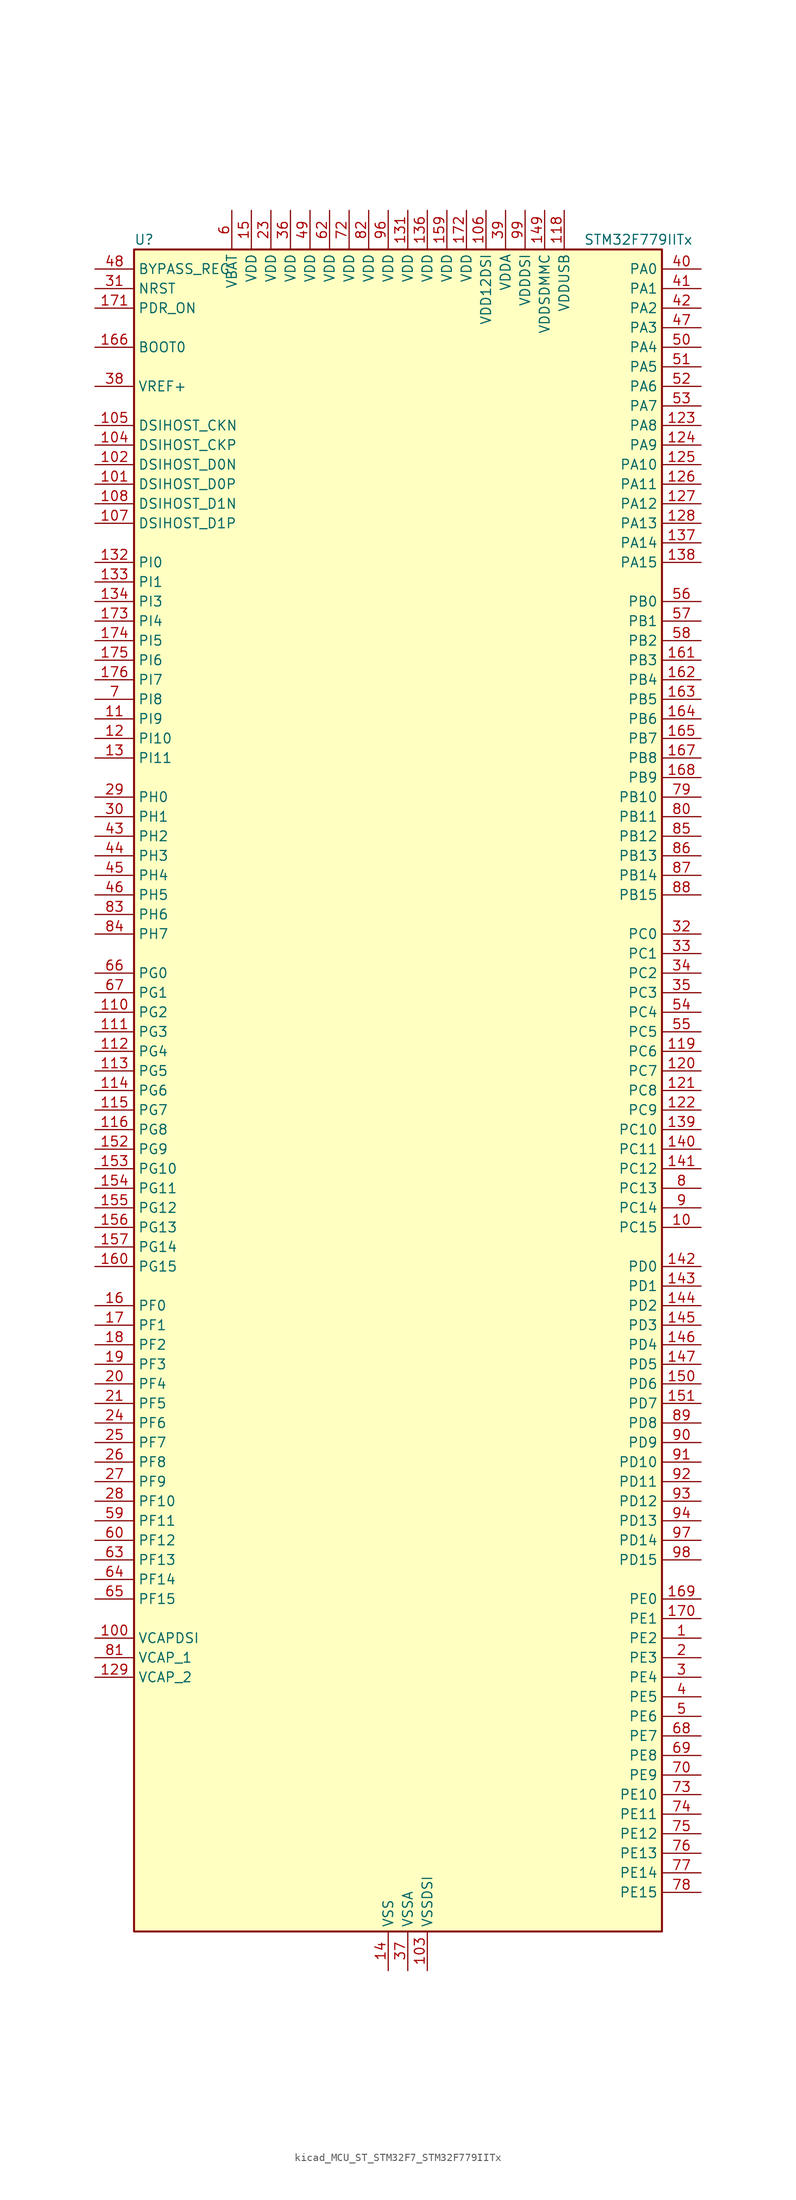
<source format=kicad_sym>
(kicad_symbol_lib
  (version 20220914)
  (generator kicad_symbol_editor)
  (symbol "kicad_MCU_ST_STM32F7_STM32F779IITx"
    (property "Reference" "U"
      (at -33.02 110.49 0)
      (effects (font (size 1.27 1.27)) (justify left)))
    (property "Value" "STM32F779IITx"
      (at 25.4 110.49 0)
      (effects (font (size 1.27 1.27)) (justify left)))
    (property "ki_locked" ""
      (at 0 0 0)
      (effects (font (size 1.27 1.27))))
    (symbol "kicad_MCU_ST_STM32F7_STM32F779IITx_0_1"
      (rectangle (start -33.02 -109.22) (end 35.56 109.22) (stroke (width 0.254) (type default)) (fill (type background))))
    (symbol "kicad_MCU_ST_STM32F7_STM32F779IITx_1_1"
      (pin bidirectional line (at 40.64 -71.12 180) (length 5.08) (name "PE2" (effects (font (size 1.27 1.27)))) (number "1" (effects (font (size 1.27 1.27)))) (alternate "ETH_TXD3" bidirectional line) (alternate "FMC_A23" bidirectional line) (alternate "QUADSPI_BK1_IO2" bidirectional line) (alternate "SAI1_MCLK_A" bidirectional line) (alternate "SPI4_SCK" bidirectional line) (alternate "SYS_TRACECLK" bidirectional line))
      (pin bidirectional line (at 40.64 -17.78 180) (length 5.08) (name "PC15" (effects (font (size 1.27 1.27)))) (number "10" (effects (font (size 1.27 1.27)))) (alternate "RCC_OSC32_OUT" bidirectional line))
      (pin power_out line (at -38.1 -71.12 0) (length 5.08) (name "VCAPDSI" (effects (font (size 1.27 1.27)))) (number "100" (effects (font (size 1.27 1.27)))))
      (pin bidirectional line (at -38.1 78.74 0) (length 5.08) (name "DSIHOST_D0P" (effects (font (size 1.27 1.27)))) (number "101" (effects (font (size 1.27 1.27)))) (alternate "DSIHOST_D0P" bidirectional line))
      (pin bidirectional line (at -38.1 81.28 0) (length 5.08) (name "DSIHOST_D0N" (effects (font (size 1.27 1.27)))) (number "102" (effects (font (size 1.27 1.27)))) (alternate "DSIHOST_D0N" bidirectional line))
      (pin power_in line (at 5.08 -114.3 90) (length 5.08) (name "VSSDSI" (effects (font (size 1.27 1.27)))) (number "103" (effects (font (size 1.27 1.27)))))
      (pin bidirectional line (at -38.1 83.82 0) (length 5.08) (name "DSIHOST_CKP" (effects (font (size 1.27 1.27)))) (number "104" (effects (font (size 1.27 1.27)))) (alternate "DSIHOST_CKP" bidirectional line))
      (pin bidirectional line (at -38.1 86.36 0) (length 5.08) (name "DSIHOST_CKN" (effects (font (size 1.27 1.27)))) (number "105" (effects (font (size 1.27 1.27)))) (alternate "DSIHOST_CKN" bidirectional line))
      (pin power_in line (at 12.7 114.3 270) (length 5.08) (name "VDD12DSI" (effects (font (size 1.27 1.27)))) (number "106" (effects (font (size 1.27 1.27)))))
      (pin bidirectional line (at -38.1 73.66 0) (length 5.08) (name "DSIHOST_D1P" (effects (font (size 1.27 1.27)))) (number "107" (effects (font (size 1.27 1.27)))) (alternate "DSIHOST_D1P" bidirectional line))
      (pin bidirectional line (at -38.1 76.2 0) (length 5.08) (name "DSIHOST_D1N" (effects (font (size 1.27 1.27)))) (number "108" (effects (font (size 1.27 1.27)))) (alternate "DSIHOST_D1N" bidirectional line))
      (pin passive line (at 5.08 -114.3 90) (length 5.08) hide (name "VSSDSI" (effects (font (size 1.27 1.27)))) (number "109" (effects (font (size 1.27 1.27)))))
      (pin bidirectional line (at -38.1 48.26 0) (length 5.08) (name "PI9" (effects (font (size 1.27 1.27)))) (number "11" (effects (font (size 1.27 1.27)))) (alternate "CAN1_RX" bidirectional line) (alternate "DAC_EXTI9" bidirectional line) (alternate "FMC_D30" bidirectional line) (alternate "LTDC_VSYNC" bidirectional line) (alternate "UART4_RX" bidirectional line))
      (pin bidirectional line (at -38.1 10.16 0) (length 5.08) (name "PG2" (effects (font (size 1.27 1.27)))) (number "110" (effects (font (size 1.27 1.27)))) (alternate "FMC_A12" bidirectional line))
      (pin bidirectional line (at -38.1 7.62 0) (length 5.08) (name "PG3" (effects (font (size 1.27 1.27)))) (number "111" (effects (font (size 1.27 1.27)))) (alternate "FMC_A13" bidirectional line))
      (pin bidirectional line (at -38.1 5.08 0) (length 5.08) (name "PG4" (effects (font (size 1.27 1.27)))) (number "112" (effects (font (size 1.27 1.27)))) (alternate "FMC_A14" bidirectional line) (alternate "FMC_BA0" bidirectional line))
      (pin bidirectional line (at -38.1 2.54 0) (length 5.08) (name "PG5" (effects (font (size 1.27 1.27)))) (number "113" (effects (font (size 1.27 1.27)))) (alternate "FMC_A15" bidirectional line) (alternate "FMC_BA1" bidirectional line))
      (pin bidirectional line (at -38.1 0 0) (length 5.08) (name "PG6" (effects (font (size 1.27 1.27)))) (number "114" (effects (font (size 1.27 1.27)))) (alternate "DCMI_D12" bidirectional line) (alternate "FMC_NE3" bidirectional line) (alternate "LTDC_R7" bidirectional line))
      (pin bidirectional line (at -38.1 -2.54 0) (length 5.08) (name "PG7" (effects (font (size 1.27 1.27)))) (number "115" (effects (font (size 1.27 1.27)))) (alternate "DCMI_D13" bidirectional line) (alternate "FMC_INT" bidirectional line) (alternate "LTDC_CLK" bidirectional line) (alternate "SAI1_MCLK_A" bidirectional line) (alternate "USART6_CK" bidirectional line))
      (pin bidirectional line (at -38.1 -5.08 0) (length 5.08) (name "PG8" (effects (font (size 1.27 1.27)))) (number "116" (effects (font (size 1.27 1.27)))) (alternate "ETH_PPS_OUT" bidirectional line) (alternate "FMC_SDCLK" bidirectional line) (alternate "LTDC_G7" bidirectional line) (alternate "SPDIFRX_IN2" bidirectional line) (alternate "SPI6_NSS" bidirectional line) (alternate "USART6_DE" bidirectional line) (alternate "USART6_RTS" bidirectional line))
      (pin passive line (at 0 -114.3 90) (length 5.08) hide (name "VSS" (effects (font (size 1.27 1.27)))) (number "117" (effects (font (size 1.27 1.27)))))
      (pin power_in line (at 22.86 114.3 270) (length 5.08) (name "VDDUSB" (effects (font (size 1.27 1.27)))) (number "118" (effects (font (size 1.27 1.27)))))
      (pin bidirectional line (at 40.64 5.08 180) (length 5.08) (name "PC6" (effects (font (size 1.27 1.27)))) (number "119" (effects (font (size 1.27 1.27)))) (alternate "DCMI_D0" bidirectional line) (alternate "DFSDM1_CKIN3" bidirectional line) (alternate "FMC_NWAIT" bidirectional line) (alternate "I2S2_MCK" bidirectional line) (alternate "LTDC_HSYNC" bidirectional line) (alternate "SDMMC1_D6" bidirectional line) (alternate "SDMMC2_D6" bidirectional line) (alternate "TIM3_CH1" bidirectional line) (alternate "TIM8_CH1" bidirectional line) (alternate "USART6_TX" bidirectional line))
      (pin bidirectional line (at -38.1 45.72 0) (length 5.08) (name "PI10" (effects (font (size 1.27 1.27)))) (number "12" (effects (font (size 1.27 1.27)))) (alternate "ETH_RX_ER" bidirectional line) (alternate "FMC_D31" bidirectional line) (alternate "LTDC_HSYNC" bidirectional line))
      (pin bidirectional line (at 40.64 2.54 180) (length 5.08) (name "PC7" (effects (font (size 1.27 1.27)))) (number "120" (effects (font (size 1.27 1.27)))) (alternate "DCMI_D1" bidirectional line) (alternate "DFSDM1_DATIN3" bidirectional line) (alternate "FMC_NE1" bidirectional line) (alternate "I2S3_MCK" bidirectional line) (alternate "LTDC_G6" bidirectional line) (alternate "SDMMC1_D7" bidirectional line) (alternate "SDMMC2_D7" bidirectional line) (alternate "TIM3_CH2" bidirectional line) (alternate "TIM8_CH2" bidirectional line) (alternate "USART6_RX" bidirectional line))
      (pin bidirectional line (at 40.64 0 180) (length 5.08) (name "PC8" (effects (font (size 1.27 1.27)))) (number "121" (effects (font (size 1.27 1.27)))) (alternate "DCMI_D2" bidirectional line) (alternate "FMC_NCE" bidirectional line) (alternate "FMC_NE2" bidirectional line) (alternate "SDMMC1_D0" bidirectional line) (alternate "SYS_TRACED1" bidirectional line) (alternate "TIM3_CH3" bidirectional line) (alternate "TIM8_CH3" bidirectional line) (alternate "UART5_DE" bidirectional line) (alternate "UART5_RTS" bidirectional line) (alternate "USART6_CK" bidirectional line))
      (pin bidirectional line (at 40.64 -2.54 180) (length 5.08) (name "PC9" (effects (font (size 1.27 1.27)))) (number "122" (effects (font (size 1.27 1.27)))) (alternate "DAC_EXTI9" bidirectional line) (alternate "DCMI_D3" bidirectional line) (alternate "I2C3_SDA" bidirectional line) (alternate "I2S_CKIN" bidirectional line) (alternate "LTDC_B2" bidirectional line) (alternate "LTDC_G3" bidirectional line) (alternate "QUADSPI_BK1_IO0" bidirectional line) (alternate "RCC_MCO_2" bidirectional line) (alternate "SDMMC1_D1" bidirectional line) (alternate "TIM3_CH4" bidirectional line) (alternate "TIM8_CH4" bidirectional line) (alternate "UART5_CTS" bidirectional line))
      (pin bidirectional line (at 40.64 86.36 180) (length 5.08) (name "PA8" (effects (font (size 1.27 1.27)))) (number "123" (effects (font (size 1.27 1.27)))) (alternate "CAN3_RX" bidirectional line) (alternate "I2C3_SCL" bidirectional line) (alternate "LTDC_B3" bidirectional line) (alternate "LTDC_R6" bidirectional line) (alternate "RCC_MCO_1" bidirectional line) (alternate "TIM1_CH1" bidirectional line) (alternate "TIM8_BKIN2" bidirectional line) (alternate "UART7_RX" bidirectional line) (alternate "USART1_CK" bidirectional line) (alternate "USB_OTG_FS_SOF" bidirectional line))
      (pin bidirectional line (at 40.64 83.82 180) (length 5.08) (name "PA9" (effects (font (size 1.27 1.27)))) (number "124" (effects (font (size 1.27 1.27)))) (alternate "DAC_EXTI9" bidirectional line) (alternate "DCMI_D0" bidirectional line) (alternate "I2C3_SMBA" bidirectional line) (alternate "I2S2_CK" bidirectional line) (alternate "LTDC_R5" bidirectional line) (alternate "SPI2_SCK" bidirectional line) (alternate "TIM1_CH2" bidirectional line) (alternate "USART1_TX" bidirectional line) (alternate "USB_OTG_FS_VBUS" bidirectional line))
      (pin bidirectional line (at 40.64 81.28 180) (length 5.08) (name "PA10" (effects (font (size 1.27 1.27)))) (number "125" (effects (font (size 1.27 1.27)))) (alternate "DCMI_D1" bidirectional line) (alternate "LTDC_B1" bidirectional line) (alternate "LTDC_B4" bidirectional line) (alternate "MDIOS_MDIO" bidirectional line) (alternate "TIM1_CH3" bidirectional line) (alternate "USART1_RX" bidirectional line) (alternate "USB_OTG_FS_ID" bidirectional line))
      (pin bidirectional line (at 40.64 78.74 180) (length 5.08) (name "PA11" (effects (font (size 1.27 1.27)))) (number "126" (effects (font (size 1.27 1.27)))) (alternate "ADC1_EXTI11" bidirectional line) (alternate "ADC2_EXTI11" bidirectional line) (alternate "ADC3_EXTI11" bidirectional line) (alternate "CAN1_RX" bidirectional line) (alternate "I2S2_WS" bidirectional line) (alternate "LTDC_R4" bidirectional line) (alternate "SPI2_NSS" bidirectional line) (alternate "TIM1_CH4" bidirectional line) (alternate "UART4_RX" bidirectional line) (alternate "USART1_CTS" bidirectional line) (alternate "USB_OTG_FS_DM" bidirectional line))
      (pin bidirectional line (at 40.64 76.2 180) (length 5.08) (name "PA12" (effects (font (size 1.27 1.27)))) (number "127" (effects (font (size 1.27 1.27)))) (alternate "CAN1_TX" bidirectional line) (alternate "I2S2_CK" bidirectional line) (alternate "LTDC_R5" bidirectional line) (alternate "SAI2_FS_B" bidirectional line) (alternate "SPI2_SCK" bidirectional line) (alternate "TIM1_ETR" bidirectional line) (alternate "UART4_TX" bidirectional line) (alternate "USART1_DE" bidirectional line) (alternate "USART1_RTS" bidirectional line) (alternate "USB_OTG_FS_DP" bidirectional line))
      (pin bidirectional line (at 40.64 73.66 180) (length 5.08) (name "PA13" (effects (font (size 1.27 1.27)))) (number "128" (effects (font (size 1.27 1.27)))) (alternate "SYS_JTMS-SWDIO" bidirectional line))
      (pin power_out line (at -38.1 -76.2 0) (length 5.08) (name "VCAP_2" (effects (font (size 1.27 1.27)))) (number "129" (effects (font (size 1.27 1.27)))))
      (pin bidirectional line (at -38.1 43.18 0) (length 5.08) (name "PI11" (effects (font (size 1.27 1.27)))) (number "13" (effects (font (size 1.27 1.27)))) (alternate "ADC1_EXTI11" bidirectional line) (alternate "ADC2_EXTI11" bidirectional line) (alternate "ADC3_EXTI11" bidirectional line) (alternate "LTDC_G6" bidirectional line) (alternate "SYS_WKUP6" bidirectional line) (alternate "USB_OTG_HS_ULPI_DIR" bidirectional line))
      (pin passive line (at 0 -114.3 90) (length 5.08) hide (name "VSS" (effects (font (size 1.27 1.27)))) (number "130" (effects (font (size 1.27 1.27)))))
      (pin power_in line (at 2.54 114.3 270) (length 5.08) (name "VDD" (effects (font (size 1.27 1.27)))) (number "131" (effects (font (size 1.27 1.27)))))
      (pin bidirectional line (at -38.1 68.58 0) (length 5.08) (name "PI0" (effects (font (size 1.27 1.27)))) (number "132" (effects (font (size 1.27 1.27)))) (alternate "DCMI_D13" bidirectional line) (alternate "FMC_D24" bidirectional line) (alternate "I2S2_WS" bidirectional line) (alternate "LTDC_G5" bidirectional line) (alternate "SPI2_NSS" bidirectional line) (alternate "TIM5_CH4" bidirectional line))
      (pin bidirectional line (at -38.1 66.04 0) (length 5.08) (name "PI1" (effects (font (size 1.27 1.27)))) (number "133" (effects (font (size 1.27 1.27)))) (alternate "DCMI_D8" bidirectional line) (alternate "FMC_D25" bidirectional line) (alternate "I2S2_CK" bidirectional line) (alternate "LTDC_G6" bidirectional line) (alternate "SPI2_SCK" bidirectional line) (alternate "TIM8_BKIN2" bidirectional line))
      (pin bidirectional line (at -38.1 63.5 0) (length 5.08) (name "PI3" (effects (font (size 1.27 1.27)))) (number "134" (effects (font (size 1.27 1.27)))) (alternate "DCMI_D10" bidirectional line) (alternate "FMC_D27" bidirectional line) (alternate "I2S2_SD" bidirectional line) (alternate "SPI2_MOSI" bidirectional line) (alternate "TIM8_ETR" bidirectional line))
      (pin passive line (at 0 -114.3 90) (length 5.08) hide (name "VSS" (effects (font (size 1.27 1.27)))) (number "135" (effects (font (size 1.27 1.27)))))
      (pin power_in line (at 5.08 114.3 270) (length 5.08) (name "VDD" (effects (font (size 1.27 1.27)))) (number "136" (effects (font (size 1.27 1.27)))))
      (pin bidirectional line (at 40.64 71.12 180) (length 5.08) (name "PA14" (effects (font (size 1.27 1.27)))) (number "137" (effects (font (size 1.27 1.27)))) (alternate "SYS_JTCK-SWCLK" bidirectional line))
      (pin bidirectional line (at 40.64 68.58 180) (length 5.08) (name "PA15" (effects (font (size 1.27 1.27)))) (number "138" (effects (font (size 1.27 1.27)))) (alternate "CAN3_TX" bidirectional line) (alternate "CEC" bidirectional line) (alternate "I2S1_WS" bidirectional line) (alternate "I2S3_WS" bidirectional line) (alternate "SPI1_NSS" bidirectional line) (alternate "SPI3_NSS" bidirectional line) (alternate "SPI6_NSS" bidirectional line) (alternate "SYS_JTDI" bidirectional line) (alternate "TIM2_CH1" bidirectional line) (alternate "TIM2_ETR" bidirectional line) (alternate "UART4_DE" bidirectional line) (alternate "UART4_RTS" bidirectional line) (alternate "UART7_TX" bidirectional line))
      (pin bidirectional line (at 40.64 -5.08 180) (length 5.08) (name "PC10" (effects (font (size 1.27 1.27)))) (number "139" (effects (font (size 1.27 1.27)))) (alternate "DCMI_D8" bidirectional line) (alternate "DFSDM1_CKIN5" bidirectional line) (alternate "I2S3_CK" bidirectional line) (alternate "LTDC_R2" bidirectional line) (alternate "QUADSPI_BK1_IO1" bidirectional line) (alternate "SDMMC1_D2" bidirectional line) (alternate "SPI3_SCK" bidirectional line) (alternate "UART4_TX" bidirectional line) (alternate "USART3_TX" bidirectional line))
      (pin power_in line (at 0 -114.3 90) (length 5.08) (name "VSS" (effects (font (size 1.27 1.27)))) (number "14" (effects (font (size 1.27 1.27)))))
      (pin bidirectional line (at 40.64 -7.62 180) (length 5.08) (name "PC11" (effects (font (size 1.27 1.27)))) (number "140" (effects (font (size 1.27 1.27)))) (alternate "ADC1_EXTI11" bidirectional line) (alternate "ADC2_EXTI11" bidirectional line) (alternate "ADC3_EXTI11" bidirectional line) (alternate "DCMI_D4" bidirectional line) (alternate "DFSDM1_DATIN5" bidirectional line) (alternate "QUADSPI_BK2_NCS" bidirectional line) (alternate "SDMMC1_D3" bidirectional line) (alternate "SPI3_MISO" bidirectional line) (alternate "UART4_RX" bidirectional line) (alternate "USART3_RX" bidirectional line))
      (pin bidirectional line (at 40.64 -10.16 180) (length 5.08) (name "PC12" (effects (font (size 1.27 1.27)))) (number "141" (effects (font (size 1.27 1.27)))) (alternate "DCMI_D9" bidirectional line) (alternate "I2S3_SD" bidirectional line) (alternate "SDMMC1_CK" bidirectional line) (alternate "SPI3_MOSI" bidirectional line) (alternate "SYS_TRACED3" bidirectional line) (alternate "UART5_TX" bidirectional line) (alternate "USART3_CK" bidirectional line))
      (pin bidirectional line (at 40.64 -22.86 180) (length 5.08) (name "PD0" (effects (font (size 1.27 1.27)))) (number "142" (effects (font (size 1.27 1.27)))) (alternate "CAN1_RX" bidirectional line) (alternate "DFSDM1_CKIN6" bidirectional line) (alternate "DFSDM1_DATIN7" bidirectional line) (alternate "FMC_D2" bidirectional line) (alternate "FMC_DA2" bidirectional line) (alternate "UART4_RX" bidirectional line))
      (pin bidirectional line (at 40.64 -25.4 180) (length 5.08) (name "PD1" (effects (font (size 1.27 1.27)))) (number "143" (effects (font (size 1.27 1.27)))) (alternate "CAN1_TX" bidirectional line) (alternate "DFSDM1_CKIN7" bidirectional line) (alternate "DFSDM1_DATIN6" bidirectional line) (alternate "FMC_D3" bidirectional line) (alternate "FMC_DA3" bidirectional line) (alternate "UART4_TX" bidirectional line))
      (pin bidirectional line (at 40.64 -27.94 180) (length 5.08) (name "PD2" (effects (font (size 1.27 1.27)))) (number "144" (effects (font (size 1.27 1.27)))) (alternate "DCMI_D11" bidirectional line) (alternate "SDMMC1_CMD" bidirectional line) (alternate "SYS_TRACED2" bidirectional line) (alternate "TIM3_ETR" bidirectional line) (alternate "UART5_RX" bidirectional line))
      (pin bidirectional line (at 40.64 -30.48 180) (length 5.08) (name "PD3" (effects (font (size 1.27 1.27)))) (number "145" (effects (font (size 1.27 1.27)))) (alternate "DCMI_D5" bidirectional line) (alternate "DFSDM1_CKOUT" bidirectional line) (alternate "DFSDM1_DATIN0" bidirectional line) (alternate "FMC_CLK" bidirectional line) (alternate "I2S2_CK" bidirectional line) (alternate "LTDC_G7" bidirectional line) (alternate "SPI2_SCK" bidirectional line) (alternate "USART2_CTS" bidirectional line))
      (pin bidirectional line (at 40.64 -33.02 180) (length 5.08) (name "PD4" (effects (font (size 1.27 1.27)))) (number "146" (effects (font (size 1.27 1.27)))) (alternate "DFSDM1_CKIN0" bidirectional line) (alternate "FMC_NOE" bidirectional line) (alternate "USART2_DE" bidirectional line) (alternate "USART2_RTS" bidirectional line))
      (pin bidirectional line (at 40.64 -35.56 180) (length 5.08) (name "PD5" (effects (font (size 1.27 1.27)))) (number "147" (effects (font (size 1.27 1.27)))) (alternate "FMC_NWE" bidirectional line) (alternate "USART2_TX" bidirectional line))
      (pin passive line (at 0 -114.3 90) (length 5.08) hide (name "VSS" (effects (font (size 1.27 1.27)))) (number "148" (effects (font (size 1.27 1.27)))))
      (pin power_in line (at 20.32 114.3 270) (length 5.08) (name "VDDSDMMC" (effects (font (size 1.27 1.27)))) (number "149" (effects (font (size 1.27 1.27)))))
      (pin power_in line (at -17.78 114.3 270) (length 5.08) (name "VDD" (effects (font (size 1.27 1.27)))) (number "15" (effects (font (size 1.27 1.27)))))
      (pin bidirectional line (at 40.64 -38.1 180) (length 5.08) (name "PD6" (effects (font (size 1.27 1.27)))) (number "150" (effects (font (size 1.27 1.27)))) (alternate "DCMI_D10" bidirectional line) (alternate "DFSDM1_CKIN4" bidirectional line) (alternate "DFSDM1_DATIN1" bidirectional line) (alternate "FMC_NWAIT" bidirectional line) (alternate "I2S3_SD" bidirectional line) (alternate "LTDC_B2" bidirectional line) (alternate "SAI1_SD_A" bidirectional line) (alternate "SDMMC2_CK" bidirectional line) (alternate "SPI3_MOSI" bidirectional line) (alternate "USART2_RX" bidirectional line))
      (pin bidirectional line (at 40.64 -40.64 180) (length 5.08) (name "PD7" (effects (font (size 1.27 1.27)))) (number "151" (effects (font (size 1.27 1.27)))) (alternate "DFSDM1_CKIN1" bidirectional line) (alternate "DFSDM1_DATIN4" bidirectional line) (alternate "FMC_NE1" bidirectional line) (alternate "I2S1_SD" bidirectional line) (alternate "SDMMC2_CMD" bidirectional line) (alternate "SPDIFRX_IN0" bidirectional line) (alternate "SPI1_MOSI" bidirectional line) (alternate "USART2_CK" bidirectional line))
      (pin bidirectional line (at -38.1 -7.62 0) (length 5.08) (name "PG9" (effects (font (size 1.27 1.27)))) (number "152" (effects (font (size 1.27 1.27)))) (alternate "DAC_EXTI9" bidirectional line) (alternate "DCMI_VSYNC" bidirectional line) (alternate "FMC_NCE" bidirectional line) (alternate "FMC_NE2" bidirectional line) (alternate "QUADSPI_BK2_IO2" bidirectional line) (alternate "SAI2_FS_B" bidirectional line) (alternate "SDMMC2_D0" bidirectional line) (alternate "SPDIFRX_IN3" bidirectional line) (alternate "SPI1_MISO" bidirectional line) (alternate "USART6_RX" bidirectional line))
      (pin bidirectional line (at -38.1 -10.16 0) (length 5.08) (name "PG10" (effects (font (size 1.27 1.27)))) (number "153" (effects (font (size 1.27 1.27)))) (alternate "DCMI_D2" bidirectional line) (alternate "FMC_NE3" bidirectional line) (alternate "I2S1_WS" bidirectional line) (alternate "LTDC_B2" bidirectional line) (alternate "LTDC_G3" bidirectional line) (alternate "SAI2_SD_B" bidirectional line) (alternate "SDMMC2_D1" bidirectional line) (alternate "SPI1_NSS" bidirectional line))
      (pin bidirectional line (at -38.1 -12.7 0) (length 5.08) (name "PG11" (effects (font (size 1.27 1.27)))) (number "154" (effects (font (size 1.27 1.27)))) (alternate "ADC1_EXTI11" bidirectional line) (alternate "ADC2_EXTI11" bidirectional line) (alternate "ADC3_EXTI11" bidirectional line) (alternate "DCMI_D3" bidirectional line) (alternate "ETH_TX_EN" bidirectional line) (alternate "I2S1_CK" bidirectional line) (alternate "LTDC_B3" bidirectional line) (alternate "SDMMC2_D2" bidirectional line) (alternate "SPDIFRX_IN0" bidirectional line) (alternate "SPI1_SCK" bidirectional line))
      (pin bidirectional line (at -38.1 -15.24 0) (length 5.08) (name "PG12" (effects (font (size 1.27 1.27)))) (number "155" (effects (font (size 1.27 1.27)))) (alternate "FMC_NE4" bidirectional line) (alternate "LPTIM1_IN1" bidirectional line) (alternate "LTDC_B1" bidirectional line) (alternate "LTDC_B4" bidirectional line) (alternate "SDMMC2_D3" bidirectional line) (alternate "SPDIFRX_IN1" bidirectional line) (alternate "SPI6_MISO" bidirectional line) (alternate "USART6_DE" bidirectional line) (alternate "USART6_RTS" bidirectional line))
      (pin bidirectional line (at -38.1 -17.78 0) (length 5.08) (name "PG13" (effects (font (size 1.27 1.27)))) (number "156" (effects (font (size 1.27 1.27)))) (alternate "ETH_TXD0" bidirectional line) (alternate "FMC_A24" bidirectional line) (alternate "LPTIM1_OUT" bidirectional line) (alternate "LTDC_R0" bidirectional line) (alternate "SPI6_SCK" bidirectional line) (alternate "SYS_TRACED0" bidirectional line) (alternate "USART6_CTS" bidirectional line))
      (pin bidirectional line (at -38.1 -20.32 0) (length 5.08) (name "PG14" (effects (font (size 1.27 1.27)))) (number "157" (effects (font (size 1.27 1.27)))) (alternate "ETH_TXD1" bidirectional line) (alternate "FMC_A25" bidirectional line) (alternate "LPTIM1_ETR" bidirectional line) (alternate "LTDC_B0" bidirectional line) (alternate "QUADSPI_BK2_IO3" bidirectional line) (alternate "SPI6_MOSI" bidirectional line) (alternate "SYS_TRACED1" bidirectional line) (alternate "USART6_TX" bidirectional line))
      (pin passive line (at 0 -114.3 90) (length 5.08) hide (name "VSS" (effects (font (size 1.27 1.27)))) (number "158" (effects (font (size 1.27 1.27)))))
      (pin power_in line (at 7.62 114.3 270) (length 5.08) (name "VDD" (effects (font (size 1.27 1.27)))) (number "159" (effects (font (size 1.27 1.27)))))
      (pin bidirectional line (at -38.1 -27.94 0) (length 5.08) (name "PF0" (effects (font (size 1.27 1.27)))) (number "16" (effects (font (size 1.27 1.27)))) (alternate "FMC_A0" bidirectional line) (alternate "I2C2_SDA" bidirectional line))
      (pin bidirectional line (at -38.1 -22.86 0) (length 5.08) (name "PG15" (effects (font (size 1.27 1.27)))) (number "160" (effects (font (size 1.27 1.27)))) (alternate "DCMI_D13" bidirectional line) (alternate "FMC_SDNCAS" bidirectional line) (alternate "USART6_CTS" bidirectional line))
      (pin bidirectional line (at 40.64 55.88 180) (length 5.08) (name "PB3" (effects (font (size 1.27 1.27)))) (number "161" (effects (font (size 1.27 1.27)))) (alternate "CAN3_RX" bidirectional line) (alternate "I2S1_CK" bidirectional line) (alternate "I2S3_CK" bidirectional line) (alternate "SDMMC2_D2" bidirectional line) (alternate "SPI1_SCK" bidirectional line) (alternate "SPI3_SCK" bidirectional line) (alternate "SPI6_SCK" bidirectional line) (alternate "SYS_JTDO-SWO" bidirectional line) (alternate "TIM2_CH2" bidirectional line) (alternate "UART7_RX" bidirectional line))
      (pin bidirectional line (at 40.64 53.34 180) (length 5.08) (name "PB4" (effects (font (size 1.27 1.27)))) (number "162" (effects (font (size 1.27 1.27)))) (alternate "CAN3_TX" bidirectional line) (alternate "I2S2_WS" bidirectional line) (alternate "SDMMC2_D3" bidirectional line) (alternate "SPI1_MISO" bidirectional line) (alternate "SPI2_NSS" bidirectional line) (alternate "SPI3_MISO" bidirectional line) (alternate "SPI6_MISO" bidirectional line) (alternate "SYS_JTRST" bidirectional line) (alternate "TIM3_CH1" bidirectional line) (alternate "UART7_TX" bidirectional line))
      (pin bidirectional line (at 40.64 50.8 180) (length 5.08) (name "PB5" (effects (font (size 1.27 1.27)))) (number "163" (effects (font (size 1.27 1.27)))) (alternate "CAN2_RX" bidirectional line) (alternate "DCMI_D10" bidirectional line) (alternate "ETH_PPS_OUT" bidirectional line) (alternate "FMC_SDCKE1" bidirectional line) (alternate "I2C1_SMBA" bidirectional line) (alternate "I2S1_SD" bidirectional line) (alternate "I2S3_SD" bidirectional line) (alternate "LTDC_G7" bidirectional line) (alternate "SPI1_MOSI" bidirectional line) (alternate "SPI3_MOSI" bidirectional line) (alternate "SPI6_MOSI" bidirectional line) (alternate "TIM3_CH2" bidirectional line) (alternate "UART5_RX" bidirectional line) (alternate "USB_OTG_HS_ULPI_D7" bidirectional line))
      (pin bidirectional line (at 40.64 48.26 180) (length 5.08) (name "PB6" (effects (font (size 1.27 1.27)))) (number "164" (effects (font (size 1.27 1.27)))) (alternate "CAN2_TX" bidirectional line) (alternate "CEC" bidirectional line) (alternate "DCMI_D5" bidirectional line) (alternate "DFSDM1_DATIN5" bidirectional line) (alternate "FMC_SDNE1" bidirectional line) (alternate "I2C1_SCL" bidirectional line) (alternate "I2C4_SCL" bidirectional line) (alternate "QUADSPI_BK1_NCS" bidirectional line) (alternate "TIM4_CH1" bidirectional line) (alternate "UART5_TX" bidirectional line) (alternate "USART1_TX" bidirectional line))
      (pin bidirectional line (at 40.64 45.72 180) (length 5.08) (name "PB7" (effects (font (size 1.27 1.27)))) (number "165" (effects (font (size 1.27 1.27)))) (alternate "DCMI_VSYNC" bidirectional line) (alternate "DFSDM1_CKIN5" bidirectional line) (alternate "FMC_NL" bidirectional line) (alternate "I2C1_SDA" bidirectional line) (alternate "I2C4_SDA" bidirectional line) (alternate "TIM4_CH2" bidirectional line) (alternate "USART1_RX" bidirectional line))
      (pin input line (at -38.1 96.52 0) (length 5.08) (name "BOOT0" (effects (font (size 1.27 1.27)))) (number "166" (effects (font (size 1.27 1.27)))))
      (pin bidirectional line (at 40.64 43.18 180) (length 5.08) (name "PB8" (effects (font (size 1.27 1.27)))) (number "167" (effects (font (size 1.27 1.27)))) (alternate "CAN1_RX" bidirectional line) (alternate "DCMI_D6" bidirectional line) (alternate "DFSDM1_CKIN7" bidirectional line) (alternate "ETH_TXD3" bidirectional line) (alternate "I2C1_SCL" bidirectional line) (alternate "I2C4_SCL" bidirectional line) (alternate "LTDC_B6" bidirectional line) (alternate "SDMMC1_D4" bidirectional line) (alternate "SDMMC2_D4" bidirectional line) (alternate "TIM10_CH1" bidirectional line) (alternate "TIM4_CH3" bidirectional line) (alternate "UART5_RX" bidirectional line))
      (pin bidirectional line (at 40.64 40.64 180) (length 5.08) (name "PB9" (effects (font (size 1.27 1.27)))) (number "168" (effects (font (size 1.27 1.27)))) (alternate "CAN1_TX" bidirectional line) (alternate "DAC_EXTI9" bidirectional line) (alternate "DCMI_D7" bidirectional line) (alternate "DFSDM1_DATIN7" bidirectional line) (alternate "I2C1_SDA" bidirectional line) (alternate "I2C4_SDA" bidirectional line) (alternate "I2C4_SMBA" bidirectional line) (alternate "I2S2_WS" bidirectional line) (alternate "LTDC_B7" bidirectional line) (alternate "SDMMC1_D5" bidirectional line) (alternate "SDMMC2_D5" bidirectional line) (alternate "SPI2_NSS" bidirectional line) (alternate "TIM11_CH1" bidirectional line) (alternate "TIM4_CH4" bidirectional line) (alternate "UART5_TX" bidirectional line))
      (pin bidirectional line (at 40.64 -66.04 180) (length 5.08) (name "PE0" (effects (font (size 1.27 1.27)))) (number "169" (effects (font (size 1.27 1.27)))) (alternate "DCMI_D2" bidirectional line) (alternate "FMC_NBL0" bidirectional line) (alternate "LPTIM1_ETR" bidirectional line) (alternate "SAI2_MCLK_A" bidirectional line) (alternate "TIM4_ETR" bidirectional line) (alternate "UART8_RX" bidirectional line))
      (pin bidirectional line (at -38.1 -30.48 0) (length 5.08) (name "PF1" (effects (font (size 1.27 1.27)))) (number "17" (effects (font (size 1.27 1.27)))) (alternate "FMC_A1" bidirectional line) (alternate "I2C2_SCL" bidirectional line))
      (pin bidirectional line (at 40.64 -68.58 180) (length 5.08) (name "PE1" (effects (font (size 1.27 1.27)))) (number "170" (effects (font (size 1.27 1.27)))) (alternate "DCMI_D3" bidirectional line) (alternate "FMC_NBL1" bidirectional line) (alternate "LPTIM1_IN2" bidirectional line) (alternate "UART8_TX" bidirectional line))
      (pin input line (at -38.1 101.6 0) (length 5.08) (name "PDR_ON" (effects (font (size 1.27 1.27)))) (number "171" (effects (font (size 1.27 1.27)))))
      (pin power_in line (at 10.16 114.3 270) (length 5.08) (name "VDD" (effects (font (size 1.27 1.27)))) (number "172" (effects (font (size 1.27 1.27)))))
      (pin bidirectional line (at -38.1 60.96 0) (length 5.08) (name "PI4" (effects (font (size 1.27 1.27)))) (number "173" (effects (font (size 1.27 1.27)))) (alternate "DCMI_D5" bidirectional line) (alternate "FMC_NBL2" bidirectional line) (alternate "LTDC_B4" bidirectional line) (alternate "SAI2_MCLK_A" bidirectional line) (alternate "TIM8_BKIN" bidirectional line))
      (pin bidirectional line (at -38.1 58.42 0) (length 5.08) (name "PI5" (effects (font (size 1.27 1.27)))) (number "174" (effects (font (size 1.27 1.27)))) (alternate "DCMI_VSYNC" bidirectional line) (alternate "FMC_NBL3" bidirectional line) (alternate "LTDC_B5" bidirectional line) (alternate "SAI2_SCK_A" bidirectional line) (alternate "TIM8_CH1" bidirectional line))
      (pin bidirectional line (at -38.1 55.88 0) (length 5.08) (name "PI6" (effects (font (size 1.27 1.27)))) (number "175" (effects (font (size 1.27 1.27)))) (alternate "DCMI_D6" bidirectional line) (alternate "FMC_D28" bidirectional line) (alternate "LTDC_B6" bidirectional line) (alternate "SAI2_SD_A" bidirectional line) (alternate "TIM8_CH2" bidirectional line))
      (pin bidirectional line (at -38.1 53.34 0) (length 5.08) (name "PI7" (effects (font (size 1.27 1.27)))) (number "176" (effects (font (size 1.27 1.27)))) (alternate "DCMI_D7" bidirectional line) (alternate "FMC_D29" bidirectional line) (alternate "LTDC_B7" bidirectional line) (alternate "SAI2_FS_A" bidirectional line) (alternate "TIM8_CH3" bidirectional line))
      (pin bidirectional line (at -38.1 -33.02 0) (length 5.08) (name "PF2" (effects (font (size 1.27 1.27)))) (number "18" (effects (font (size 1.27 1.27)))) (alternate "FMC_A2" bidirectional line) (alternate "I2C2_SMBA" bidirectional line))
      (pin bidirectional line (at -38.1 -35.56 0) (length 5.08) (name "PF3" (effects (font (size 1.27 1.27)))) (number "19" (effects (font (size 1.27 1.27)))) (alternate "ADC3_IN9" bidirectional line) (alternate "FMC_A3" bidirectional line))
      (pin bidirectional line (at 40.64 -73.66 180) (length 5.08) (name "PE3" (effects (font (size 1.27 1.27)))) (number "2" (effects (font (size 1.27 1.27)))) (alternate "FMC_A19" bidirectional line) (alternate "SAI1_SD_B" bidirectional line) (alternate "SYS_TRACED0" bidirectional line))
      (pin bidirectional line (at -38.1 -38.1 0) (length 5.08) (name "PF4" (effects (font (size 1.27 1.27)))) (number "20" (effects (font (size 1.27 1.27)))) (alternate "ADC3_IN14" bidirectional line) (alternate "FMC_A4" bidirectional line))
      (pin bidirectional line (at -38.1 -40.64 0) (length 5.08) (name "PF5" (effects (font (size 1.27 1.27)))) (number "21" (effects (font (size 1.27 1.27)))) (alternate "ADC3_IN15" bidirectional line) (alternate "FMC_A5" bidirectional line))
      (pin passive line (at 0 -114.3 90) (length 5.08) hide (name "VSS" (effects (font (size 1.27 1.27)))) (number "22" (effects (font (size 1.27 1.27)))))
      (pin power_in line (at -15.24 114.3 270) (length 5.08) (name "VDD" (effects (font (size 1.27 1.27)))) (number "23" (effects (font (size 1.27 1.27)))))
      (pin bidirectional line (at -38.1 -43.18 0) (length 5.08) (name "PF6" (effects (font (size 1.27 1.27)))) (number "24" (effects (font (size 1.27 1.27)))) (alternate "ADC3_IN4" bidirectional line) (alternate "QUADSPI_BK1_IO3" bidirectional line) (alternate "SAI1_SD_B" bidirectional line) (alternate "SPI5_NSS" bidirectional line) (alternate "TIM10_CH1" bidirectional line) (alternate "UART7_RX" bidirectional line))
      (pin bidirectional line (at -38.1 -45.72 0) (length 5.08) (name "PF7" (effects (font (size 1.27 1.27)))) (number "25" (effects (font (size 1.27 1.27)))) (alternate "ADC3_IN5" bidirectional line) (alternate "QUADSPI_BK1_IO2" bidirectional line) (alternate "SAI1_MCLK_B" bidirectional line) (alternate "SPI5_SCK" bidirectional line) (alternate "TIM11_CH1" bidirectional line) (alternate "UART7_TX" bidirectional line))
      (pin bidirectional line (at -38.1 -48.26 0) (length 5.08) (name "PF8" (effects (font (size 1.27 1.27)))) (number "26" (effects (font (size 1.27 1.27)))) (alternate "ADC3_IN6" bidirectional line) (alternate "QUADSPI_BK1_IO0" bidirectional line) (alternate "SAI1_SCK_B" bidirectional line) (alternate "SPI5_MISO" bidirectional line) (alternate "TIM13_CH1" bidirectional line) (alternate "UART7_DE" bidirectional line) (alternate "UART7_RTS" bidirectional line))
      (pin bidirectional line (at -38.1 -50.8 0) (length 5.08) (name "PF9" (effects (font (size 1.27 1.27)))) (number "27" (effects (font (size 1.27 1.27)))) (alternate "ADC3_IN7" bidirectional line) (alternate "DAC_EXTI9" bidirectional line) (alternate "QUADSPI_BK1_IO1" bidirectional line) (alternate "SAI1_FS_B" bidirectional line) (alternate "SPI5_MOSI" bidirectional line) (alternate "TIM14_CH1" bidirectional line) (alternate "UART7_CTS" bidirectional line))
      (pin bidirectional line (at -38.1 -53.34 0) (length 5.08) (name "PF10" (effects (font (size 1.27 1.27)))) (number "28" (effects (font (size 1.27 1.27)))) (alternate "ADC3_IN8" bidirectional line) (alternate "DCMI_D11" bidirectional line) (alternate "LTDC_DE" bidirectional line) (alternate "QUADSPI_CLK" bidirectional line))
      (pin bidirectional line (at -38.1 38.1 0) (length 5.08) (name "PH0" (effects (font (size 1.27 1.27)))) (number "29" (effects (font (size 1.27 1.27)))) (alternate "RCC_OSC_IN" bidirectional line))
      (pin bidirectional line (at 40.64 -76.2 180) (length 5.08) (name "PE4" (effects (font (size 1.27 1.27)))) (number "3" (effects (font (size 1.27 1.27)))) (alternate "DCMI_D4" bidirectional line) (alternate "DFSDM1_DATIN3" bidirectional line) (alternate "FMC_A20" bidirectional line) (alternate "LTDC_B0" bidirectional line) (alternate "SAI1_FS_A" bidirectional line) (alternate "SPI4_NSS" bidirectional line) (alternate "SYS_TRACED1" bidirectional line))
      (pin bidirectional line (at -38.1 35.56 0) (length 5.08) (name "PH1" (effects (font (size 1.27 1.27)))) (number "30" (effects (font (size 1.27 1.27)))) (alternate "RCC_OSC_OUT" bidirectional line))
      (pin input line (at -38.1 104.14 0) (length 5.08) (name "NRST" (effects (font (size 1.27 1.27)))) (number "31" (effects (font (size 1.27 1.27)))))
      (pin bidirectional line (at 40.64 20.32 180) (length 5.08) (name "PC0" (effects (font (size 1.27 1.27)))) (number "32" (effects (font (size 1.27 1.27)))) (alternate "ADC1_IN10" bidirectional line) (alternate "ADC2_IN10" bidirectional line) (alternate "ADC3_IN10" bidirectional line) (alternate "DFSDM1_CKIN0" bidirectional line) (alternate "DFSDM1_DATIN4" bidirectional line) (alternate "FMC_SDNWE" bidirectional line) (alternate "LTDC_R5" bidirectional line) (alternate "SAI2_FS_B" bidirectional line) (alternate "USB_OTG_HS_ULPI_STP" bidirectional line))
      (pin bidirectional line (at 40.64 17.78 180) (length 5.08) (name "PC1" (effects (font (size 1.27 1.27)))) (number "33" (effects (font (size 1.27 1.27)))) (alternate "ADC1_IN11" bidirectional line) (alternate "ADC2_IN11" bidirectional line) (alternate "ADC3_IN11" bidirectional line) (alternate "DFSDM1_CKIN4" bidirectional line) (alternate "DFSDM1_DATIN0" bidirectional line) (alternate "ETH_MDC" bidirectional line) (alternate "I2S2_SD" bidirectional line) (alternate "MDIOS_MDC" bidirectional line) (alternate "RTC_TAMP3" bidirectional line) (alternate "RTC_TS" bidirectional line) (alternate "SAI1_SD_A" bidirectional line) (alternate "SPI2_MOSI" bidirectional line) (alternate "SYS_TRACED0" bidirectional line) (alternate "SYS_WKUP3" bidirectional line))
      (pin bidirectional line (at 40.64 15.24 180) (length 5.08) (name "PC2" (effects (font (size 1.27 1.27)))) (number "34" (effects (font (size 1.27 1.27)))) (alternate "ADC1_IN12" bidirectional line) (alternate "ADC2_IN12" bidirectional line) (alternate "ADC3_IN12" bidirectional line) (alternate "DFSDM1_CKIN1" bidirectional line) (alternate "DFSDM1_CKOUT" bidirectional line) (alternate "ETH_TXD2" bidirectional line) (alternate "FMC_SDNE0" bidirectional line) (alternate "SPI2_MISO" bidirectional line) (alternate "USB_OTG_HS_ULPI_DIR" bidirectional line))
      (pin bidirectional line (at 40.64 12.7 180) (length 5.08) (name "PC3" (effects (font (size 1.27 1.27)))) (number "35" (effects (font (size 1.27 1.27)))) (alternate "ADC1_IN13" bidirectional line) (alternate "ADC2_IN13" bidirectional line) (alternate "ADC3_IN13" bidirectional line) (alternate "DFSDM1_DATIN1" bidirectional line) (alternate "ETH_TX_CLK" bidirectional line) (alternate "FMC_SDCKE0" bidirectional line) (alternate "I2S2_SD" bidirectional line) (alternate "SPI2_MOSI" bidirectional line) (alternate "USB_OTG_HS_ULPI_NXT" bidirectional line))
      (pin power_in line (at -12.7 114.3 270) (length 5.08) (name "VDD" (effects (font (size 1.27 1.27)))) (number "36" (effects (font (size 1.27 1.27)))))
      (pin power_in line (at 2.54 -114.3 90) (length 5.08) (name "VSSA" (effects (font (size 1.27 1.27)))) (number "37" (effects (font (size 1.27 1.27)))))
      (pin input line (at -38.1 91.44 0) (length 5.08) (name "VREF+" (effects (font (size 1.27 1.27)))) (number "38" (effects (font (size 1.27 1.27)))))
      (pin power_in line (at 15.24 114.3 270) (length 5.08) (name "VDDA" (effects (font (size 1.27 1.27)))) (number "39" (effects (font (size 1.27 1.27)))))
      (pin bidirectional line (at 40.64 -78.74 180) (length 5.08) (name "PE5" (effects (font (size 1.27 1.27)))) (number "4" (effects (font (size 1.27 1.27)))) (alternate "DCMI_D6" bidirectional line) (alternate "DFSDM1_CKIN3" bidirectional line) (alternate "FMC_A21" bidirectional line) (alternate "LTDC_G0" bidirectional line) (alternate "SAI1_SCK_A" bidirectional line) (alternate "SPI4_MISO" bidirectional line) (alternate "SYS_TRACED2" bidirectional line) (alternate "TIM9_CH1" bidirectional line))
      (pin bidirectional line (at 40.64 106.68 180) (length 5.08) (name "PA0" (effects (font (size 1.27 1.27)))) (number "40" (effects (font (size 1.27 1.27)))) (alternate "ADC1_IN0" bidirectional line) (alternate "ADC2_IN0" bidirectional line) (alternate "ADC3_IN0" bidirectional line) (alternate "ETH_CRS" bidirectional line) (alternate "SAI2_SD_B" bidirectional line) (alternate "SYS_WKUP1" bidirectional line) (alternate "TIM2_CH1" bidirectional line) (alternate "TIM2_ETR" bidirectional line) (alternate "TIM5_CH1" bidirectional line) (alternate "TIM8_ETR" bidirectional line) (alternate "UART4_TX" bidirectional line) (alternate "USART2_CTS" bidirectional line))
      (pin bidirectional line (at 40.64 104.14 180) (length 5.08) (name "PA1" (effects (font (size 1.27 1.27)))) (number "41" (effects (font (size 1.27 1.27)))) (alternate "ADC1_IN1" bidirectional line) (alternate "ADC2_IN1" bidirectional line) (alternate "ADC3_IN1" bidirectional line) (alternate "ETH_REF_CLK" bidirectional line) (alternate "ETH_RX_CLK" bidirectional line) (alternate "LTDC_R2" bidirectional line) (alternate "QUADSPI_BK1_IO3" bidirectional line) (alternate "SAI2_MCLK_B" bidirectional line) (alternate "TIM2_CH2" bidirectional line) (alternate "TIM5_CH2" bidirectional line) (alternate "UART4_RX" bidirectional line) (alternate "USART2_DE" bidirectional line) (alternate "USART2_RTS" bidirectional line))
      (pin bidirectional line (at 40.64 101.6 180) (length 5.08) (name "PA2" (effects (font (size 1.27 1.27)))) (number "42" (effects (font (size 1.27 1.27)))) (alternate "ADC1_IN2" bidirectional line) (alternate "ADC2_IN2" bidirectional line) (alternate "ADC3_IN2" bidirectional line) (alternate "ETH_MDIO" bidirectional line) (alternate "LTDC_R1" bidirectional line) (alternate "MDIOS_MDIO" bidirectional line) (alternate "SAI2_SCK_B" bidirectional line) (alternate "SYS_WKUP2" bidirectional line) (alternate "TIM2_CH3" bidirectional line) (alternate "TIM5_CH3" bidirectional line) (alternate "TIM9_CH1" bidirectional line) (alternate "USART2_TX" bidirectional line))
      (pin bidirectional line (at -38.1 33.02 0) (length 5.08) (name "PH2" (effects (font (size 1.27 1.27)))) (number "43" (effects (font (size 1.27 1.27)))) (alternate "ETH_CRS" bidirectional line) (alternate "FMC_SDCKE0" bidirectional line) (alternate "LPTIM1_IN2" bidirectional line) (alternate "LTDC_R0" bidirectional line) (alternate "QUADSPI_BK2_IO0" bidirectional line) (alternate "SAI2_SCK_B" bidirectional line))
      (pin bidirectional line (at -38.1 30.48 0) (length 5.08) (name "PH3" (effects (font (size 1.27 1.27)))) (number "44" (effects (font (size 1.27 1.27)))) (alternate "ETH_COL" bidirectional line) (alternate "FMC_SDNE0" bidirectional line) (alternate "LTDC_R1" bidirectional line) (alternate "QUADSPI_BK2_IO1" bidirectional line) (alternate "SAI2_MCLK_B" bidirectional line))
      (pin bidirectional line (at -38.1 27.94 0) (length 5.08) (name "PH4" (effects (font (size 1.27 1.27)))) (number "45" (effects (font (size 1.27 1.27)))) (alternate "I2C2_SCL" bidirectional line) (alternate "LTDC_G4" bidirectional line) (alternate "LTDC_G5" bidirectional line) (alternate "USB_OTG_HS_ULPI_NXT" bidirectional line))
      (pin bidirectional line (at -38.1 25.4 0) (length 5.08) (name "PH5" (effects (font (size 1.27 1.27)))) (number "46" (effects (font (size 1.27 1.27)))) (alternate "FMC_SDNWE" bidirectional line) (alternate "I2C2_SDA" bidirectional line) (alternate "SPI5_NSS" bidirectional line))
      (pin bidirectional line (at 40.64 99.06 180) (length 5.08) (name "PA3" (effects (font (size 1.27 1.27)))) (number "47" (effects (font (size 1.27 1.27)))) (alternate "ADC1_IN3" bidirectional line) (alternate "ADC2_IN3" bidirectional line) (alternate "ADC3_IN3" bidirectional line) (alternate "ETH_COL" bidirectional line) (alternate "LTDC_B2" bidirectional line) (alternate "LTDC_B5" bidirectional line) (alternate "TIM2_CH4" bidirectional line) (alternate "TIM5_CH4" bidirectional line) (alternate "TIM9_CH2" bidirectional line) (alternate "USART2_RX" bidirectional line) (alternate "USB_OTG_HS_ULPI_D0" bidirectional line))
      (pin input line (at -38.1 106.68 0) (length 5.08) (name "BYPASS_REG" (effects (font (size 1.27 1.27)))) (number "48" (effects (font (size 1.27 1.27)))))
      (pin power_in line (at -10.16 114.3 270) (length 5.08) (name "VDD" (effects (font (size 1.27 1.27)))) (number "49" (effects (font (size 1.27 1.27)))))
      (pin bidirectional line (at 40.64 -81.28 180) (length 5.08) (name "PE6" (effects (font (size 1.27 1.27)))) (number "5" (effects (font (size 1.27 1.27)))) (alternate "DCMI_D7" bidirectional line) (alternate "FMC_A22" bidirectional line) (alternate "LTDC_G1" bidirectional line) (alternate "SAI1_SD_A" bidirectional line) (alternate "SAI2_MCLK_B" bidirectional line) (alternate "SPI4_MOSI" bidirectional line) (alternate "SYS_TRACED3" bidirectional line) (alternate "TIM1_BKIN2" bidirectional line) (alternate "TIM9_CH2" bidirectional line))
      (pin bidirectional line (at 40.64 96.52 180) (length 5.08) (name "PA4" (effects (font (size 1.27 1.27)))) (number "50" (effects (font (size 1.27 1.27)))) (alternate "ADC1_IN4" bidirectional line) (alternate "ADC2_IN4" bidirectional line) (alternate "DAC_OUT1" bidirectional line) (alternate "DCMI_HSYNC" bidirectional line) (alternate "I2S1_WS" bidirectional line) (alternate "I2S3_WS" bidirectional line) (alternate "LTDC_VSYNC" bidirectional line) (alternate "SPI1_NSS" bidirectional line) (alternate "SPI3_NSS" bidirectional line) (alternate "SPI6_NSS" bidirectional line) (alternate "USART2_CK" bidirectional line) (alternate "USB_OTG_HS_SOF" bidirectional line))
      (pin bidirectional line (at 40.64 93.98 180) (length 5.08) (name "PA5" (effects (font (size 1.27 1.27)))) (number "51" (effects (font (size 1.27 1.27)))) (alternate "ADC1_IN5" bidirectional line) (alternate "ADC2_IN5" bidirectional line) (alternate "DAC_OUT2" bidirectional line) (alternate "I2S1_CK" bidirectional line) (alternate "LTDC_R4" bidirectional line) (alternate "SPI1_SCK" bidirectional line) (alternate "SPI6_SCK" bidirectional line) (alternate "TIM2_CH1" bidirectional line) (alternate "TIM2_ETR" bidirectional line) (alternate "TIM8_CH1N" bidirectional line) (alternate "USB_OTG_HS_ULPI_CK" bidirectional line))
      (pin bidirectional line (at 40.64 91.44 180) (length 5.08) (name "PA6" (effects (font (size 1.27 1.27)))) (number "52" (effects (font (size 1.27 1.27)))) (alternate "ADC1_IN6" bidirectional line) (alternate "ADC2_IN6" bidirectional line) (alternate "DCMI_PIXCLK" bidirectional line) (alternate "LTDC_G2" bidirectional line) (alternate "MDIOS_MDC" bidirectional line) (alternate "SPI1_MISO" bidirectional line) (alternate "SPI6_MISO" bidirectional line) (alternate "TIM13_CH1" bidirectional line) (alternate "TIM1_BKIN" bidirectional line) (alternate "TIM3_CH1" bidirectional line) (alternate "TIM8_BKIN" bidirectional line))
      (pin bidirectional line (at 40.64 88.9 180) (length 5.08) (name "PA7" (effects (font (size 1.27 1.27)))) (number "53" (effects (font (size 1.27 1.27)))) (alternate "ADC1_IN7" bidirectional line) (alternate "ADC2_IN7" bidirectional line) (alternate "ETH_CRS_DV" bidirectional line) (alternate "ETH_RX_DV" bidirectional line) (alternate "FMC_SDNWE" bidirectional line) (alternate "I2S1_SD" bidirectional line) (alternate "SPI1_MOSI" bidirectional line) (alternate "SPI6_MOSI" bidirectional line) (alternate "TIM14_CH1" bidirectional line) (alternate "TIM1_CH1N" bidirectional line) (alternate "TIM3_CH2" bidirectional line) (alternate "TIM8_CH1N" bidirectional line))
      (pin bidirectional line (at 40.64 10.16 180) (length 5.08) (name "PC4" (effects (font (size 1.27 1.27)))) (number "54" (effects (font (size 1.27 1.27)))) (alternate "ADC1_IN14" bidirectional line) (alternate "ADC2_IN14" bidirectional line) (alternate "DFSDM1_CKIN2" bidirectional line) (alternate "ETH_RXD0" bidirectional line) (alternate "FMC_SDNE0" bidirectional line) (alternate "I2S1_MCK" bidirectional line) (alternate "SPDIFRX_IN2" bidirectional line))
      (pin bidirectional line (at 40.64 7.62 180) (length 5.08) (name "PC5" (effects (font (size 1.27 1.27)))) (number "55" (effects (font (size 1.27 1.27)))) (alternate "ADC1_IN15" bidirectional line) (alternate "ADC2_IN15" bidirectional line) (alternate "DFSDM1_DATIN2" bidirectional line) (alternate "ETH_RXD1" bidirectional line) (alternate "FMC_SDCKE0" bidirectional line) (alternate "SPDIFRX_IN3" bidirectional line))
      (pin bidirectional line (at 40.64 63.5 180) (length 5.08) (name "PB0" (effects (font (size 1.27 1.27)))) (number "56" (effects (font (size 1.27 1.27)))) (alternate "ADC1_IN8" bidirectional line) (alternate "ADC2_IN8" bidirectional line) (alternate "DFSDM1_CKOUT" bidirectional line) (alternate "ETH_RXD2" bidirectional line) (alternate "LTDC_G1" bidirectional line) (alternate "LTDC_R3" bidirectional line) (alternate "TIM1_CH2N" bidirectional line) (alternate "TIM3_CH3" bidirectional line) (alternate "TIM8_CH2N" bidirectional line) (alternate "UART4_CTS" bidirectional line) (alternate "USB_OTG_HS_ULPI_D1" bidirectional line))
      (pin bidirectional line (at 40.64 60.96 180) (length 5.08) (name "PB1" (effects (font (size 1.27 1.27)))) (number "57" (effects (font (size 1.27 1.27)))) (alternate "ADC1_IN9" bidirectional line) (alternate "ADC2_IN9" bidirectional line) (alternate "DFSDM1_DATIN1" bidirectional line) (alternate "ETH_RXD3" bidirectional line) (alternate "LTDC_G0" bidirectional line) (alternate "LTDC_R6" bidirectional line) (alternate "TIM1_CH3N" bidirectional line) (alternate "TIM3_CH4" bidirectional line) (alternate "TIM8_CH3N" bidirectional line) (alternate "USB_OTG_HS_ULPI_D2" bidirectional line))
      (pin bidirectional line (at 40.64 58.42 180) (length 5.08) (name "PB2" (effects (font (size 1.27 1.27)))) (number "58" (effects (font (size 1.27 1.27)))) (alternate "DFSDM1_CKIN1" bidirectional line) (alternate "I2S3_SD" bidirectional line) (alternate "QUADSPI_CLK" bidirectional line) (alternate "SAI1_SD_A" bidirectional line) (alternate "SPI3_MOSI" bidirectional line))
      (pin bidirectional line (at -38.1 -55.88 0) (length 5.08) (name "PF11" (effects (font (size 1.27 1.27)))) (number "59" (effects (font (size 1.27 1.27)))) (alternate "ADC1_EXTI11" bidirectional line) (alternate "ADC2_EXTI11" bidirectional line) (alternate "ADC3_EXTI11" bidirectional line) (alternate "DCMI_D12" bidirectional line) (alternate "FMC_SDNRAS" bidirectional line) (alternate "SAI2_SD_B" bidirectional line) (alternate "SPI5_MOSI" bidirectional line))
      (pin power_in line (at -20.32 114.3 270) (length 5.08) (name "VBAT" (effects (font (size 1.27 1.27)))) (number "6" (effects (font (size 1.27 1.27)))))
      (pin bidirectional line (at -38.1 -58.42 0) (length 5.08) (name "PF12" (effects (font (size 1.27 1.27)))) (number "60" (effects (font (size 1.27 1.27)))) (alternate "FMC_A6" bidirectional line))
      (pin passive line (at 0 -114.3 90) (length 5.08) hide (name "VSS" (effects (font (size 1.27 1.27)))) (number "61" (effects (font (size 1.27 1.27)))))
      (pin power_in line (at -7.62 114.3 270) (length 5.08) (name "VDD" (effects (font (size 1.27 1.27)))) (number "62" (effects (font (size 1.27 1.27)))))
      (pin bidirectional line (at -38.1 -60.96 0) (length 5.08) (name "PF13" (effects (font (size 1.27 1.27)))) (number "63" (effects (font (size 1.27 1.27)))) (alternate "DFSDM1_DATIN6" bidirectional line) (alternate "FMC_A7" bidirectional line) (alternate "I2C4_SMBA" bidirectional line))
      (pin bidirectional line (at -38.1 -63.5 0) (length 5.08) (name "PF14" (effects (font (size 1.27 1.27)))) (number "64" (effects (font (size 1.27 1.27)))) (alternate "DFSDM1_CKIN6" bidirectional line) (alternate "FMC_A8" bidirectional line) (alternate "I2C4_SCL" bidirectional line))
      (pin bidirectional line (at -38.1 -66.04 0) (length 5.08) (name "PF15" (effects (font (size 1.27 1.27)))) (number "65" (effects (font (size 1.27 1.27)))) (alternate "FMC_A9" bidirectional line) (alternate "I2C4_SDA" bidirectional line))
      (pin bidirectional line (at -38.1 15.24 0) (length 5.08) (name "PG0" (effects (font (size 1.27 1.27)))) (number "66" (effects (font (size 1.27 1.27)))) (alternate "FMC_A10" bidirectional line))
      (pin bidirectional line (at -38.1 12.7 0) (length 5.08) (name "PG1" (effects (font (size 1.27 1.27)))) (number "67" (effects (font (size 1.27 1.27)))) (alternate "FMC_A11" bidirectional line))
      (pin bidirectional line (at 40.64 -83.82 180) (length 5.08) (name "PE7" (effects (font (size 1.27 1.27)))) (number "68" (effects (font (size 1.27 1.27)))) (alternate "DFSDM1_DATIN2" bidirectional line) (alternate "FMC_D4" bidirectional line) (alternate "FMC_DA4" bidirectional line) (alternate "QUADSPI_BK2_IO0" bidirectional line) (alternate "TIM1_ETR" bidirectional line) (alternate "UART7_RX" bidirectional line))
      (pin bidirectional line (at 40.64 -86.36 180) (length 5.08) (name "PE8" (effects (font (size 1.27 1.27)))) (number "69" (effects (font (size 1.27 1.27)))) (alternate "DFSDM1_CKIN2" bidirectional line) (alternate "FMC_D5" bidirectional line) (alternate "FMC_DA5" bidirectional line) (alternate "QUADSPI_BK2_IO1" bidirectional line) (alternate "TIM1_CH1N" bidirectional line) (alternate "UART7_TX" bidirectional line))
      (pin bidirectional line (at -38.1 50.8 0) (length 5.08) (name "PI8" (effects (font (size 1.27 1.27)))) (number "7" (effects (font (size 1.27 1.27)))) (alternate "RTC_TAMP2" bidirectional line) (alternate "RTC_TS" bidirectional line) (alternate "SYS_WKUP5" bidirectional line))
      (pin bidirectional line (at 40.64 -88.9 180) (length 5.08) (name "PE9" (effects (font (size 1.27 1.27)))) (number "70" (effects (font (size 1.27 1.27)))) (alternate "DAC_EXTI9" bidirectional line) (alternate "DFSDM1_CKOUT" bidirectional line) (alternate "FMC_D6" bidirectional line) (alternate "FMC_DA6" bidirectional line) (alternate "QUADSPI_BK2_IO2" bidirectional line) (alternate "TIM1_CH1" bidirectional line) (alternate "UART7_DE" bidirectional line) (alternate "UART7_RTS" bidirectional line))
      (pin passive line (at 0 -114.3 90) (length 5.08) hide (name "VSS" (effects (font (size 1.27 1.27)))) (number "71" (effects (font (size 1.27 1.27)))))
      (pin power_in line (at -5.08 114.3 270) (length 5.08) (name "VDD" (effects (font (size 1.27 1.27)))) (number "72" (effects (font (size 1.27 1.27)))))
      (pin bidirectional line (at 40.64 -91.44 180) (length 5.08) (name "PE10" (effects (font (size 1.27 1.27)))) (number "73" (effects (font (size 1.27 1.27)))) (alternate "DFSDM1_DATIN4" bidirectional line) (alternate "FMC_D7" bidirectional line) (alternate "FMC_DA7" bidirectional line) (alternate "QUADSPI_BK2_IO3" bidirectional line) (alternate "TIM1_CH2N" bidirectional line) (alternate "UART7_CTS" bidirectional line))
      (pin bidirectional line (at 40.64 -93.98 180) (length 5.08) (name "PE11" (effects (font (size 1.27 1.27)))) (number "74" (effects (font (size 1.27 1.27)))) (alternate "ADC1_EXTI11" bidirectional line) (alternate "ADC2_EXTI11" bidirectional line) (alternate "ADC3_EXTI11" bidirectional line) (alternate "DFSDM1_CKIN4" bidirectional line) (alternate "FMC_D8" bidirectional line) (alternate "FMC_DA8" bidirectional line) (alternate "LTDC_G3" bidirectional line) (alternate "SAI2_SD_B" bidirectional line) (alternate "SPI4_NSS" bidirectional line) (alternate "TIM1_CH2" bidirectional line))
      (pin bidirectional line (at 40.64 -96.52 180) (length 5.08) (name "PE12" (effects (font (size 1.27 1.27)))) (number "75" (effects (font (size 1.27 1.27)))) (alternate "DFSDM1_DATIN5" bidirectional line) (alternate "FMC_D9" bidirectional line) (alternate "FMC_DA9" bidirectional line) (alternate "LTDC_B4" bidirectional line) (alternate "SAI2_SCK_B" bidirectional line) (alternate "SPI4_SCK" bidirectional line) (alternate "TIM1_CH3N" bidirectional line))
      (pin bidirectional line (at 40.64 -99.06 180) (length 5.08) (name "PE13" (effects (font (size 1.27 1.27)))) (number "76" (effects (font (size 1.27 1.27)))) (alternate "DFSDM1_CKIN5" bidirectional line) (alternate "FMC_D10" bidirectional line) (alternate "FMC_DA10" bidirectional line) (alternate "LTDC_DE" bidirectional line) (alternate "SAI2_FS_B" bidirectional line) (alternate "SPI4_MISO" bidirectional line) (alternate "TIM1_CH3" bidirectional line))
      (pin bidirectional line (at 40.64 -101.6 180) (length 5.08) (name "PE14" (effects (font (size 1.27 1.27)))) (number "77" (effects (font (size 1.27 1.27)))) (alternate "FMC_D11" bidirectional line) (alternate "FMC_DA11" bidirectional line) (alternate "LTDC_CLK" bidirectional line) (alternate "SAI2_MCLK_B" bidirectional line) (alternate "SPI4_MOSI" bidirectional line) (alternate "TIM1_CH4" bidirectional line))
      (pin bidirectional line (at 40.64 -104.14 180) (length 5.08) (name "PE15" (effects (font (size 1.27 1.27)))) (number "78" (effects (font (size 1.27 1.27)))) (alternate "FMC_D12" bidirectional line) (alternate "FMC_DA12" bidirectional line) (alternate "LTDC_R7" bidirectional line) (alternate "TIM1_BKIN" bidirectional line))
      (pin bidirectional line (at 40.64 38.1 180) (length 5.08) (name "PB10" (effects (font (size 1.27 1.27)))) (number "79" (effects (font (size 1.27 1.27)))) (alternate "DFSDM1_DATIN7" bidirectional line) (alternate "ETH_RX_ER" bidirectional line) (alternate "I2C2_SCL" bidirectional line) (alternate "I2S2_CK" bidirectional line) (alternate "LTDC_G4" bidirectional line) (alternate "QUADSPI_BK1_NCS" bidirectional line) (alternate "SPI2_SCK" bidirectional line) (alternate "TIM2_CH3" bidirectional line) (alternate "USART3_TX" bidirectional line) (alternate "USB_OTG_HS_ULPI_D3" bidirectional line))
      (pin bidirectional line (at 40.64 -12.7 180) (length 5.08) (name "PC13" (effects (font (size 1.27 1.27)))) (number "8" (effects (font (size 1.27 1.27)))) (alternate "RTC_OUT" bidirectional line) (alternate "RTC_TAMP1" bidirectional line) (alternate "RTC_TS" bidirectional line) (alternate "SYS_WKUP4" bidirectional line))
      (pin bidirectional line (at 40.64 35.56 180) (length 5.08) (name "PB11" (effects (font (size 1.27 1.27)))) (number "80" (effects (font (size 1.27 1.27)))) (alternate "ADC1_EXTI11" bidirectional line) (alternate "ADC2_EXTI11" bidirectional line) (alternate "ADC3_EXTI11" bidirectional line) (alternate "DFSDM1_CKIN7" bidirectional line) (alternate "DSIHOST_TE" bidirectional line) (alternate "ETH_TX_EN" bidirectional line) (alternate "I2C2_SDA" bidirectional line) (alternate "LTDC_G5" bidirectional line) (alternate "TIM2_CH4" bidirectional line) (alternate "USART3_RX" bidirectional line) (alternate "USB_OTG_HS_ULPI_D4" bidirectional line))
      (pin power_out line (at -38.1 -73.66 0) (length 5.08) (name "VCAP_1" (effects (font (size 1.27 1.27)))) (number "81" (effects (font (size 1.27 1.27)))))
      (pin power_in line (at -2.54 114.3 270) (length 5.08) (name "VDD" (effects (font (size 1.27 1.27)))) (number "82" (effects (font (size 1.27 1.27)))))
      (pin bidirectional line (at -38.1 22.86 0) (length 5.08) (name "PH6" (effects (font (size 1.27 1.27)))) (number "83" (effects (font (size 1.27 1.27)))) (alternate "DCMI_D8" bidirectional line) (alternate "ETH_RXD2" bidirectional line) (alternate "FMC_SDNE1" bidirectional line) (alternate "I2C2_SMBA" bidirectional line) (alternate "SPI5_SCK" bidirectional line) (alternate "TIM12_CH1" bidirectional line))
      (pin bidirectional line (at -38.1 20.32 0) (length 5.08) (name "PH7" (effects (font (size 1.27 1.27)))) (number "84" (effects (font (size 1.27 1.27)))) (alternate "DCMI_D9" bidirectional line) (alternate "ETH_RXD3" bidirectional line) (alternate "FMC_SDCKE1" bidirectional line) (alternate "I2C3_SCL" bidirectional line) (alternate "SPI5_MISO" bidirectional line))
      (pin bidirectional line (at 40.64 33.02 180) (length 5.08) (name "PB12" (effects (font (size 1.27 1.27)))) (number "85" (effects (font (size 1.27 1.27)))) (alternate "CAN2_RX" bidirectional line) (alternate "DFSDM1_DATIN1" bidirectional line) (alternate "ETH_TXD0" bidirectional line) (alternate "I2C2_SMBA" bidirectional line) (alternate "I2S2_WS" bidirectional line) (alternate "SPI2_NSS" bidirectional line) (alternate "TIM1_BKIN" bidirectional line) (alternate "UART5_RX" bidirectional line) (alternate "USART3_CK" bidirectional line) (alternate "USB_OTG_HS_ID" bidirectional line) (alternate "USB_OTG_HS_ULPI_D5" bidirectional line))
      (pin bidirectional line (at 40.64 30.48 180) (length 5.08) (name "PB13" (effects (font (size 1.27 1.27)))) (number "86" (effects (font (size 1.27 1.27)))) (alternate "CAN2_TX" bidirectional line) (alternate "DFSDM1_CKIN1" bidirectional line) (alternate "ETH_TXD1" bidirectional line) (alternate "I2S2_CK" bidirectional line) (alternate "SPI2_SCK" bidirectional line) (alternate "TIM1_CH1N" bidirectional line) (alternate "UART5_TX" bidirectional line) (alternate "USART3_CTS" bidirectional line) (alternate "USB_OTG_HS_ULPI_D6" bidirectional line) (alternate "USB_OTG_HS_VBUS" bidirectional line))
      (pin bidirectional line (at 40.64 27.94 180) (length 5.08) (name "PB14" (effects (font (size 1.27 1.27)))) (number "87" (effects (font (size 1.27 1.27)))) (alternate "DFSDM1_DATIN2" bidirectional line) (alternate "SDMMC2_D0" bidirectional line) (alternate "SPI2_MISO" bidirectional line) (alternate "TIM12_CH1" bidirectional line) (alternate "TIM1_CH2N" bidirectional line) (alternate "TIM8_CH2N" bidirectional line) (alternate "UART4_DE" bidirectional line) (alternate "UART4_RTS" bidirectional line) (alternate "USART1_TX" bidirectional line) (alternate "USART3_DE" bidirectional line) (alternate "USART3_RTS" bidirectional line) (alternate "USB_OTG_HS_DM" bidirectional line))
      (pin bidirectional line (at 40.64 25.4 180) (length 5.08) (name "PB15" (effects (font (size 1.27 1.27)))) (number "88" (effects (font (size 1.27 1.27)))) (alternate "DFSDM1_CKIN2" bidirectional line) (alternate "I2S2_SD" bidirectional line) (alternate "RTC_REFIN" bidirectional line) (alternate "SDMMC2_D1" bidirectional line) (alternate "SPI2_MOSI" bidirectional line) (alternate "TIM12_CH2" bidirectional line) (alternate "TIM1_CH3N" bidirectional line) (alternate "TIM8_CH3N" bidirectional line) (alternate "UART4_CTS" bidirectional line) (alternate "USART1_RX" bidirectional line) (alternate "USB_OTG_HS_DP" bidirectional line))
      (pin bidirectional line (at 40.64 -43.18 180) (length 5.08) (name "PD8" (effects (font (size 1.27 1.27)))) (number "89" (effects (font (size 1.27 1.27)))) (alternate "DFSDM1_CKIN3" bidirectional line) (alternate "FMC_D13" bidirectional line) (alternate "FMC_DA13" bidirectional line) (alternate "SPDIFRX_IN1" bidirectional line) (alternate "USART3_TX" bidirectional line))
      (pin bidirectional line (at 40.64 -15.24 180) (length 5.08) (name "PC14" (effects (font (size 1.27 1.27)))) (number "9" (effects (font (size 1.27 1.27)))) (alternate "RCC_OSC32_IN" bidirectional line))
      (pin bidirectional line (at 40.64 -45.72 180) (length 5.08) (name "PD9" (effects (font (size 1.27 1.27)))) (number "90" (effects (font (size 1.27 1.27)))) (alternate "DAC_EXTI9" bidirectional line) (alternate "DFSDM1_DATIN3" bidirectional line) (alternate "FMC_D14" bidirectional line) (alternate "FMC_DA14" bidirectional line) (alternate "USART3_RX" bidirectional line))
      (pin bidirectional line (at 40.64 -48.26 180) (length 5.08) (name "PD10" (effects (font (size 1.27 1.27)))) (number "91" (effects (font (size 1.27 1.27)))) (alternate "DFSDM1_CKOUT" bidirectional line) (alternate "FMC_D15" bidirectional line) (alternate "FMC_DA15" bidirectional line) (alternate "LTDC_B3" bidirectional line) (alternate "USART3_CK" bidirectional line))
      (pin bidirectional line (at 40.64 -50.8 180) (length 5.08) (name "PD11" (effects (font (size 1.27 1.27)))) (number "92" (effects (font (size 1.27 1.27)))) (alternate "ADC1_EXTI11" bidirectional line) (alternate "ADC2_EXTI11" bidirectional line) (alternate "ADC3_EXTI11" bidirectional line) (alternate "FMC_A16" bidirectional line) (alternate "FMC_CLE" bidirectional line) (alternate "I2C4_SMBA" bidirectional line) (alternate "QUADSPI_BK1_IO0" bidirectional line) (alternate "SAI2_SD_A" bidirectional line) (alternate "USART3_CTS" bidirectional line))
      (pin bidirectional line (at 40.64 -53.34 180) (length 5.08) (name "PD12" (effects (font (size 1.27 1.27)))) (number "93" (effects (font (size 1.27 1.27)))) (alternate "FMC_A17" bidirectional line) (alternate "FMC_ALE" bidirectional line) (alternate "I2C4_SCL" bidirectional line) (alternate "LPTIM1_IN1" bidirectional line) (alternate "QUADSPI_BK1_IO1" bidirectional line) (alternate "SAI2_FS_A" bidirectional line) (alternate "TIM4_CH1" bidirectional line) (alternate "USART3_DE" bidirectional line) (alternate "USART3_RTS" bidirectional line))
      (pin bidirectional line (at 40.64 -55.88 180) (length 5.08) (name "PD13" (effects (font (size 1.27 1.27)))) (number "94" (effects (font (size 1.27 1.27)))) (alternate "FMC_A18" bidirectional line) (alternate "I2C4_SDA" bidirectional line) (alternate "LPTIM1_OUT" bidirectional line) (alternate "QUADSPI_BK1_IO3" bidirectional line) (alternate "SAI2_SCK_A" bidirectional line) (alternate "TIM4_CH2" bidirectional line))
      (pin passive line (at 0 -114.3 90) (length 5.08) hide (name "VSS" (effects (font (size 1.27 1.27)))) (number "95" (effects (font (size 1.27 1.27)))))
      (pin power_in line (at 0 114.3 270) (length 5.08) (name "VDD" (effects (font (size 1.27 1.27)))) (number "96" (effects (font (size 1.27 1.27)))))
      (pin bidirectional line (at 40.64 -58.42 180) (length 5.08) (name "PD14" (effects (font (size 1.27 1.27)))) (number "97" (effects (font (size 1.27 1.27)))) (alternate "FMC_D0" bidirectional line) (alternate "FMC_DA0" bidirectional line) (alternate "TIM4_CH3" bidirectional line) (alternate "UART8_CTS" bidirectional line))
      (pin bidirectional line (at 40.64 -60.96 180) (length 5.08) (name "PD15" (effects (font (size 1.27 1.27)))) (number "98" (effects (font (size 1.27 1.27)))) (alternate "FMC_D1" bidirectional line) (alternate "FMC_DA1" bidirectional line) (alternate "TIM4_CH4" bidirectional line) (alternate "UART8_DE" bidirectional line) (alternate "UART8_RTS" bidirectional line))
      (pin power_in line (at 17.78 114.3 270) (length 5.08) (name "VDDDSI" (effects (font (size 1.27 1.27)))) (number "99" (effects (font (size 1.27 1.27))))))))
</source>
